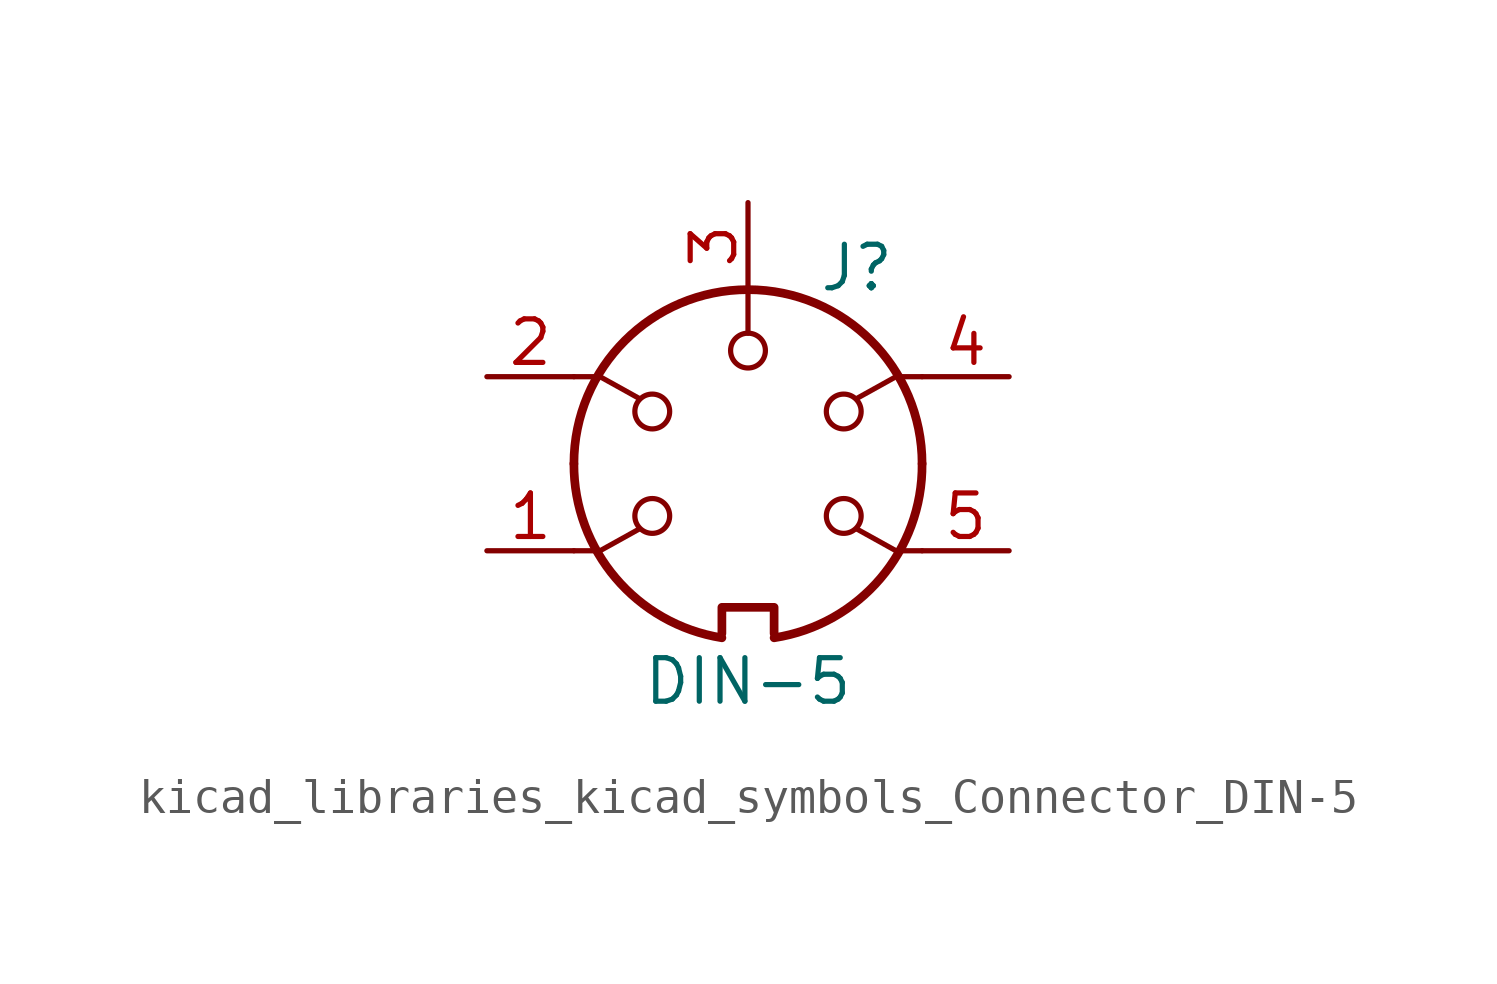
<source format=kicad_sym>
(kicad_symbol_lib
  (version 20220914)
  (generator kicad_symbol_editor)
  (symbol "kicad_libraries_kicad_symbols_Connector_DIN-5"
    (pin_names
      (offset 1.016))
    (property "Reference" "J"
      (at 3.175 5.715 0)
      (effects (font (size 1.27 1.27))))
    (property "Value" "DIN-5"
      (at 0 -6.35 0)
      (effects (font (size 1.27 1.27))))
    (symbol "kicad_libraries_kicad_symbols_Connector_DIN-5_0_1"
      (arc (start -5.08 0) (mid -3.8609 -3.3364) (end -0.762 -5.08) (stroke (width 0.254) (type default)) (fill (type none)))
      (circle (center -2.794 -1.524) (radius 0.508) (stroke (width 0) (type default)) (fill (type none)))
      (circle (center -2.794 1.524) (radius 0.508) (stroke (width 0) (type default)) (fill (type none)))
      (polyline (pts (xy 0 5.08) (xy 0 3.81)) (stroke (width 0) (type default)) (fill (type none)))
      (polyline (pts (xy -5.08 -2.54) (xy -4.318 -2.54) (xy -3.175 -1.905)) (stroke (width 0) (type default)) (fill (type none)))
      (polyline (pts (xy -5.08 2.54) (xy -4.318 2.54) (xy -3.175 1.905)) (stroke (width 0) (type default)) (fill (type none)))
      (polyline (pts (xy 5.08 -2.54) (xy 4.318 -2.54) (xy 3.175 -1.905)) (stroke (width 0) (type default)) (fill (type none)))
      (polyline (pts (xy 5.08 2.54) (xy 4.318 2.54) (xy 3.175 1.905)) (stroke (width 0) (type default)) (fill (type none)))
      (polyline (pts (xy -0.762 -4.953) (xy -0.762 -4.191) (xy 0.762 -4.191) (xy 0.762 -4.953)) (stroke (width 0.254) (type default)) (fill (type none)))
      (circle (center 0 3.302) (radius 0.508) (stroke (width 0) (type default)) (fill (type none)))
      (arc (start 0.762 -5.08) (mid 3.8685 -3.343) (end 5.08 0) (stroke (width 0.254) (type default)) (fill (type none)))
      (circle (center 2.794 -1.524) (radius 0.508) (stroke (width 0) (type default)) (fill (type none)))
      (circle (center 2.794 1.524) (radius 0.508) (stroke (width 0) (type default)) (fill (type none)))
      (arc (start 5.08 0) (mid 0 5.0579) (end -5.08 0) (stroke (width 0.254) (type default)) (fill (type none))))
    (symbol "kicad_libraries_kicad_symbols_Connector_DIN-5_1_1"
      (pin passive line (at -7.62 -2.54 0) (length 2.54) (name "~" (effects (font (size 1.27 1.27)))) (number "1" (effects (font (size 1.27 1.27)))))
      (pin passive line (at -7.62 2.54 0) (length 2.54) (name "~" (effects (font (size 1.27 1.27)))) (number "2" (effects (font (size 1.27 1.27)))))
      (pin passive line (at 0 7.62 270) (length 2.54) (name "~" (effects (font (size 1.27 1.27)))) (number "3" (effects (font (size 1.27 1.27)))))
      (pin passive line (at 7.62 2.54 180) (length 2.54) (name "~" (effects (font (size 1.27 1.27)))) (number "4" (effects (font (size 1.27 1.27)))))
      (pin passive line (at 7.62 -2.54 180) (length 2.54) (name "~" (effects (font (size 1.27 1.27)))) (number "5" (effects (font (size 1.27 1.27))))))))
</source>
